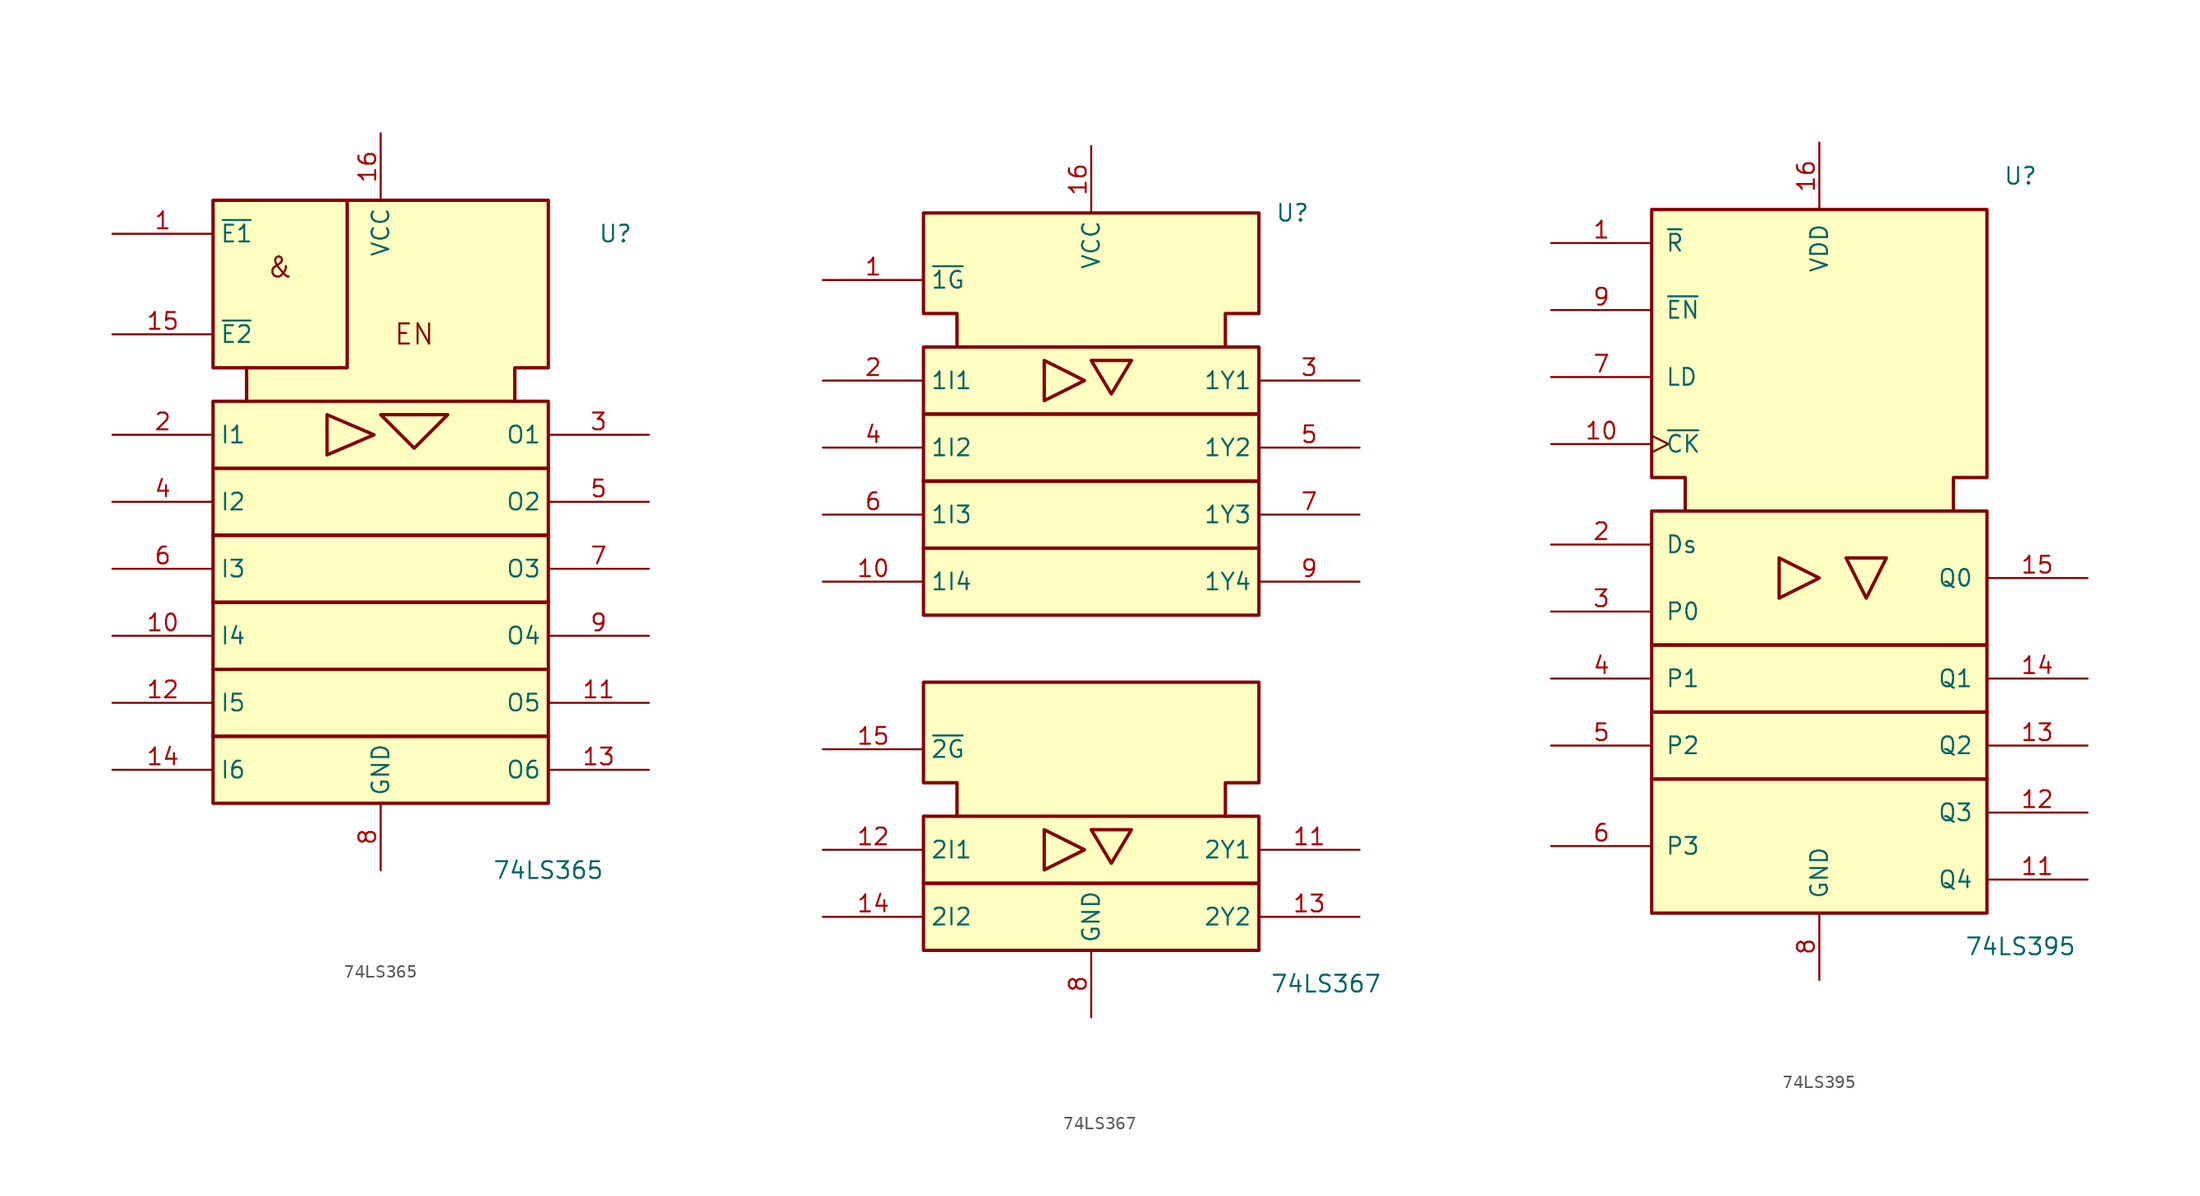
<source format=kicad_sym>
(kicad_symbol_lib
  (version 20241209)
  (generator "kicad_symbol_editor")
  (generator_version "9.0")
  (symbol "74LS365"
    (property "Reference" "U"
      (at 17.78 25.4 0)
      (effects (font (size 1.27 1.27))))
    (property "Value" "74LS365"
      (at 12.7 -22.86 0)
      (effects (font (size 1.27 1.27))))
    (symbol "74LS365_0_0"
      (polyline (pts (xy -4.064 11.684) (xy -4.064 8.636) (xy -0.508 10.16) (xy -4.064 11.684) (xy -4.064 11.684)) (stroke (width 0.254) (type default)) (fill (type background)))
      (text "&" (at -7.62 22.86 0) (effects (font (size 1.524 1.524))))
      (text "EN" (at 2.54 17.78 0) (effects (font (size 1.524 1.524))))
      (pin power_in line (at 0 -22.86 90) (length 5.08) (name "GND" (effects (font (size 1.27 1.27)))) (number "8" (effects (font (size 1.27 1.27))))))
    (symbol "74LS365_0_1"
      (rectangle (start -12.7 12.7) (end 12.7 7.62) (stroke (width 0.254) (type default)) (fill (type background)))
      (rectangle (start -12.7 7.62) (end 12.7 2.54) (stroke (width 0.254) (type default)) (fill (type background)))
      (rectangle (start -12.7 2.54) (end 12.7 -2.54) (stroke (width 0.254) (type default)) (fill (type background)))
      (rectangle (start -12.7 -2.54) (end 12.7 -7.62) (stroke (width 0.254) (type default)) (fill (type background)))
      (rectangle (start -12.7 -7.62) (end 12.7 -12.7) (stroke (width 0.254) (type default)) (fill (type background)))
      (rectangle (start -12.7 -12.7) (end 12.7 -17.78) (stroke (width 0.254) (type default)) (fill (type background)))
      (polyline (pts (xy -10.16 12.7) (xy -10.16 15.24) (xy -12.7 15.24) (xy -12.7 27.94) (xy 12.7 27.94) (xy 12.7 15.24) (xy 10.16 15.24) (xy 10.16 12.7) (xy 10.16 12.7)) (stroke (width 0.254) (type default)) (fill (type background)))
      (polyline (pts (xy -2.54 27.94) (xy -2.54 15.24) (xy -10.16 15.24) (xy -10.16 15.24)) (stroke (width 0.254) (type default)) (fill (type background)))
      (polyline (pts (xy 0 11.684) (xy 5.08 11.684) (xy 2.54 9.144) (xy 0 11.684) (xy 0 11.684)) (stroke (width 0.254) (type default)) (fill (type background)))
      (pin power_in line (at 0 33.02 270) (length 5.08) (name "VCC" (effects (font (size 1.27 1.27)))) (number "16" (effects (font (size 1.27 1.27))))))
    (symbol "74LS365_1_1"
      (pin input line (at -20.32 25.4 0) (length 7.62) (name "~{E1}" (effects (font (size 1.27 1.27)))) (number "1" (effects (font (size 1.27 1.27)))))
      (pin input line (at -20.32 17.78 0) (length 7.62) (name "~{E2}" (effects (font (size 1.27 1.27)))) (number "15" (effects (font (size 1.27 1.27)))))
      (pin input line (at -20.32 10.16 0) (length 7.62) (name "I1" (effects (font (size 1.27 1.27)))) (number "2" (effects (font (size 1.27 1.27)))))
      (pin input line (at -20.32 5.08 0) (length 7.62) (name "I2" (effects (font (size 1.27 1.27)))) (number "4" (effects (font (size 1.27 1.27)))))
      (pin input line (at -20.32 0 0) (length 7.62) (name "I3" (effects (font (size 1.27 1.27)))) (number "6" (effects (font (size 1.27 1.27)))))
      (pin input line (at -20.32 -5.08 0) (length 7.62) (name "I4" (effects (font (size 1.27 1.27)))) (number "10" (effects (font (size 1.27 1.27)))))
      (pin input line (at -20.32 -10.16 0) (length 7.62) (name "I5" (effects (font (size 1.27 1.27)))) (number "12" (effects (font (size 1.27 1.27)))))
      (pin input line (at -20.32 -15.24 0) (length 7.62) (name "I6" (effects (font (size 1.27 1.27)))) (number "14" (effects (font (size 1.27 1.27)))))
      (pin tri_state line (at 20.32 10.16 180) (length 7.62) (name "O1" (effects (font (size 1.27 1.27)))) (number "3" (effects (font (size 1.27 1.27)))))
      (pin tri_state line (at 20.32 5.08 180) (length 7.62) (name "O2" (effects (font (size 1.27 1.27)))) (number "5" (effects (font (size 1.27 1.27)))))
      (pin tri_state line (at 20.32 0 180) (length 7.62) (name "O3" (effects (font (size 1.27 1.27)))) (number "7" (effects (font (size 1.27 1.27)))))
      (pin tri_state line (at 20.32 -5.08 180) (length 7.62) (name "O4" (effects (font (size 1.27 1.27)))) (number "9" (effects (font (size 1.27 1.27)))))
      (pin tri_state line (at 20.32 -10.16 180) (length 7.62) (name "O5" (effects (font (size 1.27 1.27)))) (number "11" (effects (font (size 1.27 1.27)))))
      (pin tri_state line (at 20.32 -15.24 180) (length 7.62) (name "O6" (effects (font (size 1.27 1.27)))) (number "13" (effects (font (size 1.27 1.27)))))))
  (symbol "74LS367"
    (property "Reference" "U"
      (at 15.24 17.78 0)
      (effects (font (size 1.27 1.27))))
    (property "Value" "74LS367"
      (at 17.78 -40.64 0)
      (effects (font (size 1.27 1.27))))
    (symbol "74LS367_0_0"
      (rectangle (start -12.7 7.62) (end 12.7 2.54) (stroke (width 0.254) (type default)) (fill (type background)))
      (rectangle (start -12.7 2.54) (end 12.7 -2.54) (stroke (width 0.254) (type default)) (fill (type background)))
      (rectangle (start -12.7 -2.54) (end 12.7 -7.62) (stroke (width 0.254) (type default)) (fill (type background)))
      (rectangle (start -12.7 -7.62) (end 12.7 -12.7) (stroke (width 0.254) (type default)) (fill (type background)))
      (rectangle (start -12.7 -27.94) (end 12.7 -33.02) (stroke (width 0.254) (type default)) (fill (type background)))
      (rectangle (start -12.7 -33.02) (end 12.7 -38.1) (stroke (width 0.254) (type default)) (fill (type background)))
      (polyline (pts (xy -10.16 7.62) (xy -10.16 10.16) (xy -12.7 10.16) (xy -12.7 17.78) (xy 12.7 17.78) (xy 12.7 10.16) (xy 10.16 10.16) (xy 10.16 7.62) (xy 10.16 7.62)) (stroke (width 0.254) (type default)) (fill (type background)))
      (polyline (pts (xy -10.16 -27.94) (xy -10.16 -25.4) (xy -12.7 -25.4) (xy -12.7 -17.78) (xy 12.7 -17.78) (xy 12.7 -25.4) (xy 10.16 -25.4) (xy 10.16 -27.94) (xy 10.16 -27.94)) (stroke (width 0.254) (type default)) (fill (type background)))
      (polyline (pts (xy -3.556 6.604) (xy -0.508 5.08) (xy -3.556 3.556) (xy -3.556 6.604) (xy -3.556 6.604)) (stroke (width 0.254) (type default)) (fill (type background)))
      (polyline (pts (xy -3.556 -28.956) (xy -3.556 -32.004) (xy -0.508 -30.48) (xy -3.556 -28.956) (xy -3.556 -28.956)) (stroke (width 0.254) (type default)) (fill (type background)))
      (pin power_in line (at 0 22.86 270) (length 5.08) (name "VCC" (effects (font (size 1.27 1.27)))) (number "16" (effects (font (size 1.27 1.27)))))
      (pin power_in line (at 0 -43.18 90) (length 5.08) (name "GND" (effects (font (size 1.27 1.27)))) (number "8" (effects (font (size 1.27 1.27))))))
    (symbol "74LS367_0_1"
      (polyline (pts (xy 0 6.604) (xy 3.048 6.604) (xy 1.524 4.064) (xy 0 6.604) (xy 0 6.604)) (stroke (width 0.254) (type default)) (fill (type background)))
      (polyline (pts (xy 0 -28.956) (xy 3.048 -28.956) (xy 1.524 -31.496) (xy 0 -28.956) (xy 0 -28.956)) (stroke (width 0.254) (type default)) (fill (type background))))
    (symbol "74LS367_1_1"
      (pin input line (at -20.32 12.7 0) (length 7.62) (name "~{1G}" (effects (font (size 1.27 1.27)))) (number "1" (effects (font (size 1.27 1.27)))))
      (pin input line (at -20.32 5.08 0) (length 7.62) (name "1I1" (effects (font (size 1.27 1.27)))) (number "2" (effects (font (size 1.27 1.27)))))
      (pin input line (at -20.32 0 0) (length 7.62) (name "1I2" (effects (font (size 1.27 1.27)))) (number "4" (effects (font (size 1.27 1.27)))))
      (pin input line (at -20.32 -5.08 0) (length 7.62) (name "1I3" (effects (font (size 1.27 1.27)))) (number "6" (effects (font (size 1.27 1.27)))))
      (pin input line (at -20.32 -10.16 0) (length 7.62) (name "1I4" (effects (font (size 1.27 1.27)))) (number "10" (effects (font (size 1.27 1.27)))))
      (pin input line (at -20.32 -22.86 0) (length 7.62) (name "~{2G}" (effects (font (size 1.27 1.27)))) (number "15" (effects (font (size 1.27 1.27)))))
      (pin input line (at -20.32 -30.48 0) (length 7.62) (name "2I1" (effects (font (size 1.27 1.27)))) (number "12" (effects (font (size 1.27 1.27)))))
      (pin input line (at -20.32 -35.56 0) (length 7.62) (name "2I2" (effects (font (size 1.27 1.27)))) (number "14" (effects (font (size 1.27 1.27)))))
      (pin tri_state line (at 20.32 5.08 180) (length 7.62) (name "1Y1" (effects (font (size 1.27 1.27)))) (number "3" (effects (font (size 1.27 1.27)))))
      (pin tri_state line (at 20.32 0 180) (length 7.62) (name "1Y2" (effects (font (size 1.27 1.27)))) (number "5" (effects (font (size 1.27 1.27)))))
      (pin tri_state line (at 20.32 -5.08 180) (length 7.62) (name "1Y3" (effects (font (size 1.27 1.27)))) (number "7" (effects (font (size 1.27 1.27)))))
      (pin tri_state line (at 20.32 -10.16 180) (length 7.62) (name "1Y4" (effects (font (size 1.27 1.27)))) (number "9" (effects (font (size 1.27 1.27)))))
      (pin tri_state line (at 20.32 -30.48 180) (length 7.62) (name "2Y1" (effects (font (size 1.27 1.27)))) (number "11" (effects (font (size 1.27 1.27)))))
      (pin tri_state line (at 20.32 -35.56 180) (length 7.62) (name "2Y2" (effects (font (size 1.27 1.27)))) (number "13" (effects (font (size 1.27 1.27)))))))
  (symbol "74LS395"
    (pin_names
      (offset 1.016))
    (property "Reference" "U"
      (at 15.24 27.94 0)
      (effects (font (size 1.27 1.27))))
    (property "Value" "74LS395"
      (at 15.24 -30.48 0)
      (effects (font (size 1.27 1.27))))
    (symbol "74LS395_0_0"
      (rectangle (start -12.7 -17.78) (end 12.7 -27.94) (stroke (width 0.254) (type default)) (fill (type background)))
      (polyline (pts (xy -10.16 2.54) (xy -10.16 5.08) (xy -12.7 5.08) (xy -12.7 25.4) (xy 12.7 25.4) (xy 12.7 5.08) (xy 10.16 5.08) (xy 10.16 2.54) (xy 10.16 2.54)) (stroke (width 0.254) (type default)) (fill (type background)))
      (pin power_in line (at 0 -33.02 90) (length 5.08) (name "GND" (effects (font (size 1.27 1.27)))) (number "8" (effects (font (size 1.27 1.27))))))
    (symbol "74LS395_0_1"
      (rectangle (start -12.7 2.54) (end 12.7 -7.62) (stroke (width 0.254) (type default)) (fill (type background)))
      (rectangle (start -12.7 -7.62) (end 12.7 -12.7) (stroke (width 0.254) (type default)) (fill (type background)))
      (rectangle (start -12.7 -12.7) (end 12.7 -17.78) (stroke (width 0.254) (type default)) (fill (type background)))
      (polyline (pts (xy -3.048 -1.016) (xy -3.048 -4.064) (xy 0 -2.54) (xy -3.048 -1.016) (xy -3.048 -1.016)) (stroke (width 0.254) (type default)) (fill (type background)))
      (polyline (pts (xy 5.08 -1.016) (xy 2.032 -1.016) (xy 3.556 -4.064) (xy 5.08 -1.016) (xy 5.08 -1.016)) (stroke (width 0.254) (type default)) (fill (type background)))
      (pin power_in line (at 0 30.48 270) (length 5.08) (name "VDD" (effects (font (size 1.27 1.27)))) (number "16" (effects (font (size 1.27 1.27))))))
    (symbol "74LS395_1_1"
      (pin input line (at -20.32 22.86 0) (length 7.62) (name "~{R}" (effects (font (size 1.27 1.27)))) (number "1" (effects (font (size 1.27 1.27)))))
      (pin input line (at -20.32 17.78 0) (length 7.62) (name "~{EN}" (effects (font (size 1.27 1.27)))) (number "9" (effects (font (size 1.27 1.27)))))
      (pin input line (at -20.32 12.7 0) (length 7.62) (name "LD" (effects (font (size 1.27 1.27)))) (number "7" (effects (font (size 1.27 1.27)))))
      (pin input clock (at -20.32 7.62 0) (length 7.62) (name "~{CK}" (effects (font (size 1.27 1.27)))) (number "10" (effects (font (size 1.27 1.27)))))
      (pin input line (at -20.32 0 0) (length 7.62) (name "Ds" (effects (font (size 1.27 1.27)))) (number "2" (effects (font (size 1.27 1.27)))))
      (pin input line (at -20.32 -5.08 0) (length 7.62) (name "P0" (effects (font (size 1.27 1.27)))) (number "3" (effects (font (size 1.27 1.27)))))
      (pin input line (at -20.32 -10.16 0) (length 7.62) (name "P1" (effects (font (size 1.27 1.27)))) (number "4" (effects (font (size 1.27 1.27)))))
      (pin input line (at -20.32 -15.24 0) (length 7.62) (name "P2" (effects (font (size 1.27 1.27)))) (number "5" (effects (font (size 1.27 1.27)))))
      (pin input line (at -20.32 -22.86 0) (length 7.62) (name "P3" (effects (font (size 1.27 1.27)))) (number "6" (effects (font (size 1.27 1.27)))))
      (pin output line (at 20.32 -2.54 180) (length 7.62) (name "Q0" (effects (font (size 1.27 1.27)))) (number "15" (effects (font (size 1.27 1.27)))))
      (pin output line (at 20.32 -10.16 180) (length 7.62) (name "Q1" (effects (font (size 1.27 1.27)))) (number "14" (effects (font (size 1.27 1.27)))))
      (pin output line (at 20.32 -15.24 180) (length 7.62) (name "Q2" (effects (font (size 1.27 1.27)))) (number "13" (effects (font (size 1.27 1.27)))))
      (pin output line (at 20.32 -20.32 180) (length 7.62) (name "Q3" (effects (font (size 1.27 1.27)))) (number "12" (effects (font (size 1.27 1.27)))))
      (pin input line (at 20.32 -25.4 180) (length 7.62) (name "Q4" (effects (font (size 1.27 1.27)))) (number "11" (effects (font (size 1.27 1.27))))))))
</source>
